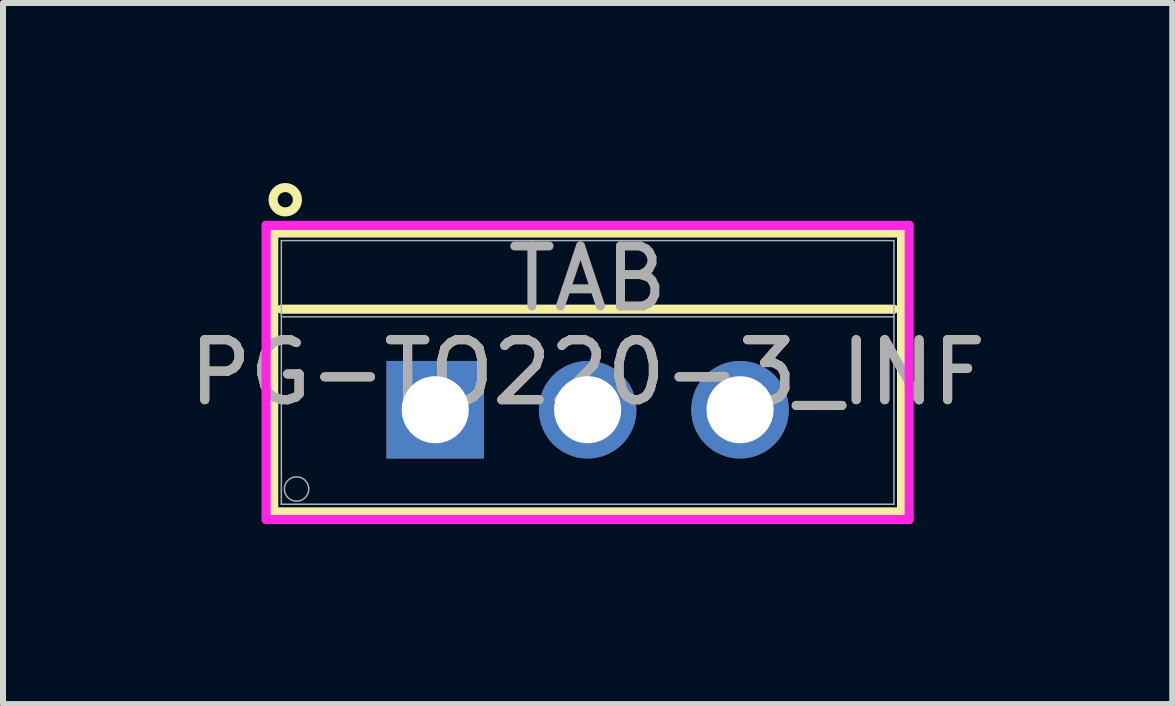
<source format=kicad_pcb>
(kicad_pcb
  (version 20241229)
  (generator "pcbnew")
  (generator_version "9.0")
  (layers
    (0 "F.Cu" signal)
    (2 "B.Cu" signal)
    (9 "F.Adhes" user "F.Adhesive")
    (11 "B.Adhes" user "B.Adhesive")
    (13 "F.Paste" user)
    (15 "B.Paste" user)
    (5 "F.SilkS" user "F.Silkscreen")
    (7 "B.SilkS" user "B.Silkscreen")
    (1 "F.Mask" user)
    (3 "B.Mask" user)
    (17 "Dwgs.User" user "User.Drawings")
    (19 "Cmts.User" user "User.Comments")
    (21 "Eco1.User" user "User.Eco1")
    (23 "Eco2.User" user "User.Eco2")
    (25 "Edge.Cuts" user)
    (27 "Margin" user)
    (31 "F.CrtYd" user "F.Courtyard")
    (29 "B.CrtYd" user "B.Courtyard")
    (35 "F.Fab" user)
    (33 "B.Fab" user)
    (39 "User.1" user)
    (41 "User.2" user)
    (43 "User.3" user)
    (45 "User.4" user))
  (footprint "PG-TO220-3_INF"
    (layer "F.Cu")
    (at 4.204 3.779)
    (property "Reference" "PG-TO220-3_INF" (at 2.54 -0.622 0) (unlocked yes) (layer "F.SilkS") (effects (font (size 1 1) (thickness 0.15))))
    (attr through_hole)
    (fp_line (start -2.692 -2.946) (end -2.692 1.702) (stroke (width 0.152) (type solid)) (layer "F.SilkS"))
    (fp_line (start -2.692 1.702) (end 7.772 1.702) (stroke (width 0.152) (type solid)) (layer "F.SilkS"))
    (fp_line (start -2.565 -1.676) (end 7.645 -1.676) (stroke (width 0.152) (type solid)) (layer "F.SilkS"))
    (fp_line (start 7.772 -2.946) (end -2.692 -2.946) (stroke (width 0.152) (type solid)) (layer "F.SilkS"))
    (fp_line (start 7.772 1.702) (end 7.772 -2.946) (stroke (width 0.152) (type solid)) (layer "F.SilkS"))
    (fp_circle (center -2.5 -3.5) (end -2.297 -3.5) (stroke (width 0.152) (type solid)) (fill no) (layer "F.SilkS"))
    (fp_line (start -2.819 -3.073) (end -2.819 1.829) (stroke (width 0.152) (type solid)) (layer "F.CrtYd"))
    (fp_line (start -2.819 1.829) (end 7.899 1.829) (stroke (width 0.152) (type solid)) (layer "F.CrtYd"))
    (fp_line (start 7.899 -3.073) (end -2.819 -3.073) (stroke (width 0.152) (type solid)) (layer "F.CrtYd"))
    (fp_line (start 7.899 1.829) (end 7.899 -3.073) (stroke (width 0.152) (type solid)) (layer "F.CrtYd"))
    (fp_line (start -2.565 -2.819) (end -2.565 1.575) (stroke (width 0.025) (type solid)) (layer "F.Fab"))
    (fp_line (start -2.565 -1.549) (end 7.645 -1.549) (stroke (width 0.025) (type solid)) (layer "F.Fab"))
    (fp_line (start -2.565 1.575) (end 7.645 1.575) (stroke (width 0.025) (type solid)) (layer "F.Fab"))
    (fp_line (start 7.645 -2.819) (end -2.565 -2.819) (stroke (width 0.025) (type solid)) (layer "F.Fab"))
    (fp_line (start 7.645 1.575) (end 7.645 -2.819) (stroke (width 0.025) (type solid)) (layer "F.Fab"))
    (fp_circle (center -2.311 1.321) (end -2.108 1.321) (stroke (width 0.025) (type solid)) (fill no) (layer "F.Fab"))
    (fp_text user "${REFERENCE}" (at 2.54 -0.622 0) (unlocked yes) (layer "F.Fab") (effects (font (size 1 1) (thickness 0.15))))
    (fp_text user "TAB" (at 2.54 -2.184 0) (unlocked yes) (layer "F.Fab") (effects (font (size 1 1) (thickness 0.15))))
    (pad "1" thru_hole rect (at 0 0) (size 1.626 1.626) (drill 1.118) (layers "*.Cu" "*.Mask"))
    (pad "2" thru_hole circle (at 2.54 0) (size 1.626 1.626) (drill 1.118) (layers "*.Cu" "*.Mask"))
    (pad "3" thru_hole circle (at 5.08 0) (size 1.626 1.626) (drill 1.118) (layers "*.Cu" "*.Mask")))
  (gr_rect
    (start -3 -3)
    (end 16.488 8.684)
    (stroke (width 0.1) (type default))
    (fill no)
    (layer "Edge.Cuts")))
</source>
